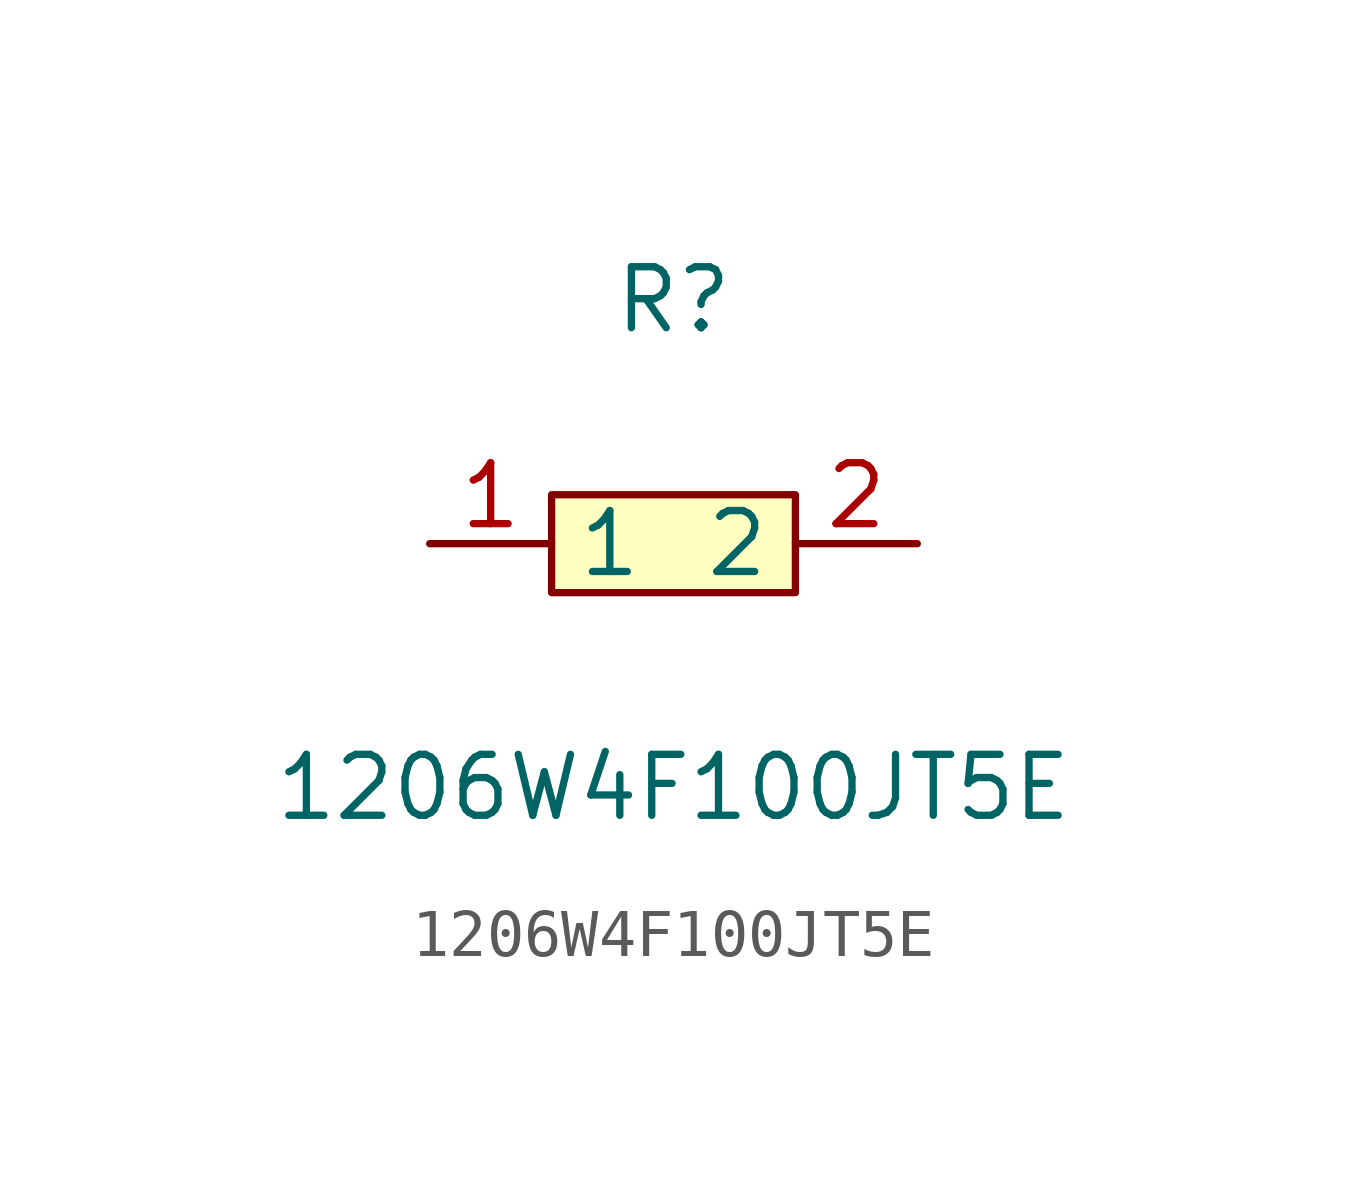
<source format=kicad_sym>
(kicad_symbol_lib
  (version 1)
  (generator "faebryk")
  (symbol "1206W4F100JT5E"
    (property "Reference" "R"
      (at 0 5.08 0)
      (effects (font (size 1.27 1.27)) (hide no)))
    (property "Value" "1206W4F100JT5E"
      (at 0 -5.08 0)
      (effects (font (size 1.27 1.27)) (hide no)))
    (symbol "1206W4F100JT5E_0_1"
      (rectangle (start -2.54 1.02) (end 2.54 -1.02) (stroke (width 0) (type default) (color 0 0 0 0)) (fill (type background)))
      (pin input line (at 5.08 0 180) (length 2.54) (name "2" (effects (font (size 1.27 1.27)) (hide no))) (number "2" (effects (font (size 1.27 1.27)) (hide no))))
      (pin input line (at -5.08 0 0) (length 2.54) (name "1" (effects (font (size 1.27 1.27)) (hide no))) (number "1" (effects (font (size 1.27 1.27)) (hide no)))))))
</source>
